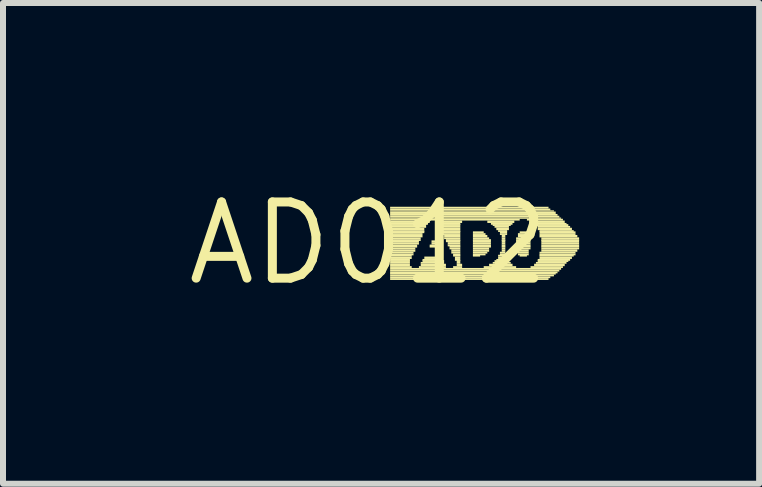
<source format=kicad_pcb>
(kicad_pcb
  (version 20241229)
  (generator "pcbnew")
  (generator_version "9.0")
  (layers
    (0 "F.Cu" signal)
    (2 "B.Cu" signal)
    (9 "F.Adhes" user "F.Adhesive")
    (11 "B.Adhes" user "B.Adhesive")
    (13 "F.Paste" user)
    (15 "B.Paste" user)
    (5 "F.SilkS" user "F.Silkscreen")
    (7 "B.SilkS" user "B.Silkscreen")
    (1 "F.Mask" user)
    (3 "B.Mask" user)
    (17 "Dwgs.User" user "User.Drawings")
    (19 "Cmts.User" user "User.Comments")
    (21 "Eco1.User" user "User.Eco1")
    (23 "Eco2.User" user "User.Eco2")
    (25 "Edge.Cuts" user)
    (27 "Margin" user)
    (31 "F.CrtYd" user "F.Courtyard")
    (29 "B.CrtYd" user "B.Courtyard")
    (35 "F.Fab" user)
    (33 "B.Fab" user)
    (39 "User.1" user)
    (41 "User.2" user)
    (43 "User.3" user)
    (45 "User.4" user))
  (footprint "AD012"
    (layer "F.Cu")
    (at 3.092 1.006)
    (property "Reference" "AD012" (at 0 0 0) (layer "F.SilkS") (effects (font (size 1.27 1.27) (thickness 0.15))))
    (fp_poly (pts (xy 0.36 -0.58) (xy 3 -0.58) (xy 3 -0.61) (xy 0.36 -0.61)) (stroke (width 0) (type default)) (fill yes) (layer "F.SilkS"))
    (fp_poly (pts (xy 0.36 -0.55) (xy 3.03 -0.55) (xy 3.03 -0.58) (xy 0.36 -0.58)) (stroke (width 0) (type default)) (fill yes) (layer "F.SilkS"))
    (fp_poly (pts (xy 0.36 -0.53) (xy 3.09 -0.53) (xy 3.09 -0.55) (xy 0.36 -0.55)) (stroke (width 0) (type default)) (fill yes) (layer "F.SilkS"))
    (fp_poly (pts (xy 0.36 -0.49) (xy 3.12 -0.49) (xy 3.12 -0.53) (xy 0.36 -0.53)) (stroke (width 0) (type default)) (fill yes) (layer "F.SilkS"))
    (fp_poly (pts (xy 0.36 -0.46) (xy 3.15 -0.46) (xy 3.15 -0.49) (xy 0.36 -0.49)) (stroke (width 0) (type default)) (fill yes) (layer "F.SilkS"))
    (fp_poly (pts (xy 0.36 -0.43) (xy 3.18 -0.43) (xy 3.18 -0.46) (xy 0.36 -0.46)) (stroke (width 0) (type default)) (fill yes) (layer "F.SilkS"))
    (fp_poly (pts (xy 0.36 -0.41) (xy 3.21 -0.41) (xy 3.21 -0.43) (xy 0.36 -0.43)) (stroke (width 0) (type default)) (fill yes) (layer "F.SilkS"))
    (fp_poly (pts (xy 0.36 -0.38) (xy 2.52 -0.38) (xy 2.52 -0.41) (xy 0.36 -0.41)) (stroke (width 0) (type default)) (fill yes) (layer "F.SilkS"))
    (fp_poly (pts (xy 0.36 -0.34) (xy 1.02 -0.34) (xy 1.02 -0.38) (xy 0.36 -0.38)) (stroke (width 0) (type default)) (fill yes) (layer "F.SilkS"))
    (fp_poly (pts (xy 0.36 -0.31) (xy 0.99 -0.31) (xy 0.99 -0.34) (xy 0.36 -0.34)) (stroke (width 0) (type default)) (fill yes) (layer "F.SilkS"))
    (fp_poly (pts (xy 0.36 -0.29) (xy 0.96 -0.29) (xy 0.96 -0.32) (xy 0.36 -0.32)) (stroke (width 0) (type default)) (fill yes) (layer "F.SilkS"))
    (fp_poly (pts (xy 0.36 -0.26) (xy 0.96 -0.26) (xy 0.96 -0.29) (xy 0.36 -0.29)) (stroke (width 0) (type default)) (fill yes) (layer "F.SilkS"))
    (fp_poly (pts (xy 0.36 -0.22) (xy 0.93 -0.22) (xy 0.93 -0.26) (xy 0.36 -0.26)) (stroke (width 0) (type default)) (fill yes) (layer "F.SilkS"))
    (fp_poly (pts (xy 0.36 -0.19) (xy 0.93 -0.19) (xy 0.93 -0.22) (xy 0.36 -0.22)) (stroke (width 0) (type default)) (fill yes) (layer "F.SilkS"))
    (fp_poly (pts (xy 0.36 -0.17) (xy 0.93 -0.17) (xy 0.93 -0.2) (xy 0.36 -0.2)) (stroke (width 0) (type default)) (fill yes) (layer "F.SilkS"))
    (fp_poly (pts (xy 0.36 -0.14) (xy 0.9 -0.14) (xy 0.9 -0.17) (xy 0.36 -0.17)) (stroke (width 0) (type default)) (fill yes) (layer "F.SilkS"))
    (fp_poly (pts (xy 0.36 -0.1) (xy 0.9 -0.1) (xy 0.9 -0.14) (xy 0.36 -0.14)) (stroke (width 0) (type default)) (fill yes) (layer "F.SilkS"))
    (fp_poly (pts (xy 0.36 -0.07) (xy 0.87 -0.07) (xy 0.87 -0.1) (xy 0.36 -0.1)) (stroke (width 0) (type default)) (fill yes) (layer "F.SilkS"))
    (fp_poly (pts (xy 0.36 -0.04) (xy 0.87 -0.04) (xy 0.87 -0.07) (xy 0.36 -0.07)) (stroke (width 0) (type default)) (fill yes) (layer "F.SilkS"))
    (fp_poly (pts (xy 0.36 -0.02) (xy 0.84 -0.02) (xy 0.84 -0.05) (xy 0.36 -0.05)) (stroke (width 0) (type default)) (fill yes) (layer "F.SilkS"))
    (fp_poly (pts (xy 0.36 0.02) (xy 0.84 0.02) (xy 0.84 -0.02) (xy 0.36 -0.02)) (stroke (width 0) (type default)) (fill yes) (layer "F.SilkS"))
    (fp_poly (pts (xy 0.36 0.05) (xy 0.81 0.05) (xy 0.81 0.02) (xy 0.36 0.02)) (stroke (width 0) (type default)) (fill yes) (layer "F.SilkS"))
    (fp_poly (pts (xy 0.36 0.07) (xy 0.81 0.07) (xy 0.81 0.04) (xy 0.36 0.04)) (stroke (width 0) (type default)) (fill yes) (layer "F.SilkS"))
    (fp_poly (pts (xy 0.36 0.1) (xy 0.78 0.1) (xy 0.78 0.07) (xy 0.36 0.07)) (stroke (width 0) (type default)) (fill yes) (layer "F.SilkS"))
    (fp_poly (pts (xy 0.36 0.14) (xy 0.78 0.14) (xy 0.78 0.1) (xy 0.36 0.1)) (stroke (width 0) (type default)) (fill yes) (layer "F.SilkS"))
    (fp_poly (pts (xy 0.36 0.17) (xy 0.75 0.17) (xy 0.75 0.14) (xy 0.36 0.14)) (stroke (width 0) (type default)) (fill yes) (layer "F.SilkS"))
    (fp_poly (pts (xy 0.36 0.2) (xy 0.75 0.2) (xy 0.75 0.17) (xy 0.36 0.17)) (stroke (width 0) (type default)) (fill yes) (layer "F.SilkS"))
    (fp_poly (pts (xy 0.36 0.22) (xy 0.72 0.22) (xy 0.72 0.19) (xy 0.36 0.19)) (stroke (width 0) (type default)) (fill yes) (layer "F.SilkS"))
    (fp_poly (pts (xy 0.36 0.26) (xy 0.72 0.26) (xy 0.72 0.22) (xy 0.36 0.22)) (stroke (width 0) (type default)) (fill yes) (layer "F.SilkS"))
    (fp_poly (pts (xy 0.36 0.29) (xy 0.69 0.29) (xy 0.69 0.26) (xy 0.36 0.26)) (stroke (width 0) (type default)) (fill yes) (layer "F.SilkS"))
    (fp_poly (pts (xy 0.36 0.31) (xy 0.69 0.31) (xy 0.69 0.28) (xy 0.36 0.28)) (stroke (width 0) (type default)) (fill yes) (layer "F.SilkS"))
    (fp_poly (pts (xy 0.36 0.34) (xy 0.69 0.34) (xy 0.69 0.31) (xy 0.36 0.31)) (stroke (width 0) (type default)) (fill yes) (layer "F.SilkS"))
    (fp_poly (pts (xy 0.36 0.38) (xy 0.69 0.38) (xy 0.69 0.34) (xy 0.36 0.34)) (stroke (width 0) (type default)) (fill yes) (layer "F.SilkS"))
    (fp_poly (pts (xy 0.36 0.41) (xy 0.72 0.41) (xy 0.72 0.38) (xy 0.36 0.38)) (stroke (width 0) (type default)) (fill yes) (layer "F.SilkS"))
    (fp_poly (pts (xy 0.36 0.44) (xy 3.21 0.44) (xy 3.21 0.41) (xy 0.36 0.41)) (stroke (width 0) (type default)) (fill yes) (layer "F.SilkS"))
    (fp_poly (pts (xy 0.36 0.47) (xy 3.18 0.47) (xy 3.18 0.44) (xy 0.36 0.44)) (stroke (width 0) (type default)) (fill yes) (layer "F.SilkS"))
    (fp_poly (pts (xy 0.36 0.5) (xy 3.15 0.5) (xy 3.15 0.47) (xy 0.36 0.47)) (stroke (width 0) (type default)) (fill yes) (layer "F.SilkS"))
    (fp_poly (pts (xy 0.36 0.52) (xy 3.12 0.52) (xy 3.12 0.49) (xy 0.36 0.49)) (stroke (width 0) (type default)) (fill yes) (layer "F.SilkS"))
    (fp_poly (pts (xy 0.36 0.55) (xy 3.09 0.55) (xy 3.09 0.52) (xy 0.36 0.52)) (stroke (width 0) (type default)) (fill yes) (layer "F.SilkS"))
    (fp_poly (pts (xy 0.36 0.58) (xy 3.03 0.58) (xy 3.03 0.55) (xy 0.36 0.55)) (stroke (width 0) (type default)) (fill yes) (layer "F.SilkS"))
    (fp_poly (pts (xy 0.36 0.61) (xy 3 0.61) (xy 3 0.58) (xy 0.36 0.58)) (stroke (width 0) (type default)) (fill yes) (layer "F.SilkS"))
    (fp_poly (pts (xy 0.84 0.41) (xy 1.29 0.41) (xy 1.29 0.38) (xy 0.84 0.38)) (stroke (width 0) (type default)) (fill yes) (layer "F.SilkS"))
    (fp_poly (pts (xy 0.87 0.34) (xy 1.26 0.34) (xy 1.26 0.31) (xy 0.87 0.31)) (stroke (width 0) (type default)) (fill yes) (layer "F.SilkS"))
    (fp_poly (pts (xy 0.87 0.38) (xy 1.29 0.38) (xy 1.29 0.34) (xy 0.87 0.34)) (stroke (width 0) (type default)) (fill yes) (layer "F.SilkS"))
    (fp_poly (pts (xy 0.9 0.29) (xy 1.23 0.29) (xy 1.23 0.26) (xy 0.9 0.26)) (stroke (width 0) (type default)) (fill yes) (layer "F.SilkS"))
    (fp_poly (pts (xy 0.9 0.31) (xy 1.26 0.31) (xy 1.26 0.28) (xy 0.9 0.28)) (stroke (width 0) (type default)) (fill yes) (layer "F.SilkS"))
    (fp_poly (pts (xy 0.93 0.26) (xy 1.23 0.26) (xy 1.23 0.22) (xy 0.93 0.22)) (stroke (width 0) (type default)) (fill yes) (layer "F.SilkS"))
    (fp_poly (pts (xy 1.02 0.05) (xy 1.11 0.05) (xy 1.11 0.02) (xy 1.02 0.02)) (stroke (width 0) (type default)) (fill yes) (layer "F.SilkS"))
    (fp_poly (pts (xy 1.02 0.07) (xy 1.14 0.07) (xy 1.14 0.04) (xy 1.02 0.04)) (stroke (width 0) (type default)) (fill yes) (layer "F.SilkS"))
    (fp_poly (pts (xy 1.05 -0.02) (xy 1.11 -0.02) (xy 1.11 -0.05) (xy 1.05 -0.05)) (stroke (width 0) (type default)) (fill yes) (layer "F.SilkS"))
    (fp_poly (pts (xy 1.05 0.02) (xy 1.11 0.02) (xy 1.11 -0.02) (xy 1.05 -0.02)) (stroke (width 0) (type default)) (fill yes) (layer "F.SilkS"))
    (fp_poly (pts (xy 1.14 -0.34) (xy 1.56 -0.34) (xy 1.56 -0.38) (xy 1.14 -0.38)) (stroke (width 0) (type default)) (fill yes) (layer "F.SilkS"))
    (fp_poly (pts (xy 1.17 -0.31) (xy 1.53 -0.31) (xy 1.53 -0.34) (xy 1.17 -0.34)) (stroke (width 0) (type default)) (fill yes) (layer "F.SilkS"))
    (fp_poly (pts (xy 1.17 -0.29) (xy 1.53 -0.29) (xy 1.53 -0.32) (xy 1.17 -0.32)) (stroke (width 0) (type default)) (fill yes) (layer "F.SilkS"))
    (fp_poly (pts (xy 1.2 -0.26) (xy 1.53 -0.26) (xy 1.53 -0.29) (xy 1.2 -0.29)) (stroke (width 0) (type default)) (fill yes) (layer "F.SilkS"))
    (fp_poly (pts (xy 1.2 -0.22) (xy 1.53 -0.22) (xy 1.53 -0.26) (xy 1.2 -0.26)) (stroke (width 0) (type default)) (fill yes) (layer "F.SilkS"))
    (fp_poly (pts (xy 1.23 -0.19) (xy 1.53 -0.19) (xy 1.53 -0.22) (xy 1.23 -0.22)) (stroke (width 0) (type default)) (fill yes) (layer "F.SilkS"))
    (fp_poly (pts (xy 1.23 -0.17) (xy 1.53 -0.17) (xy 1.53 -0.2) (xy 1.23 -0.2)) (stroke (width 0) (type default)) (fill yes) (layer "F.SilkS"))
    (fp_poly (pts (xy 1.23 -0.14) (xy 1.53 -0.14) (xy 1.53 -0.17) (xy 1.23 -0.17)) (stroke (width 0) (type default)) (fill yes) (layer "F.SilkS"))
    (fp_poly (pts (xy 1.26 -0.1) (xy 1.53 -0.1) (xy 1.53 -0.14) (xy 1.26 -0.14)) (stroke (width 0) (type default)) (fill yes) (layer "F.SilkS"))
    (fp_poly (pts (xy 1.26 -0.07) (xy 1.53 -0.07) (xy 1.53 -0.1) (xy 1.26 -0.1)) (stroke (width 0) (type default)) (fill yes) (layer "F.SilkS"))
    (fp_poly (pts (xy 1.29 -0.04) (xy 1.53 -0.04) (xy 1.53 -0.07) (xy 1.29 -0.07)) (stroke (width 0) (type default)) (fill yes) (layer "F.SilkS"))
    (fp_poly (pts (xy 1.29 -0.02) (xy 1.53 -0.02) (xy 1.53 -0.05) (xy 1.29 -0.05)) (stroke (width 0) (type default)) (fill yes) (layer "F.SilkS"))
    (fp_poly (pts (xy 1.32 0.02) (xy 1.53 0.02) (xy 1.53 -0.02) (xy 1.32 -0.02)) (stroke (width 0) (type default)) (fill yes) (layer "F.SilkS"))
    (fp_poly (pts (xy 1.32 0.05) (xy 1.53 0.05) (xy 1.53 0.02) (xy 1.32 0.02)) (stroke (width 0) (type default)) (fill yes) (layer "F.SilkS"))
    (fp_poly (pts (xy 1.35 0.07) (xy 1.53 0.07) (xy 1.53 0.04) (xy 1.35 0.04)) (stroke (width 0) (type default)) (fill yes) (layer "F.SilkS"))
    (fp_poly (pts (xy 1.35 0.1) (xy 1.53 0.1) (xy 1.53 0.07) (xy 1.35 0.07)) (stroke (width 0) (type default)) (fill yes) (layer "F.SilkS"))
    (fp_poly (pts (xy 1.38 0.14) (xy 1.53 0.14) (xy 1.53 0.1) (xy 1.38 0.1)) (stroke (width 0) (type default)) (fill yes) (layer "F.SilkS"))
    (fp_poly (pts (xy 1.38 0.17) (xy 1.53 0.17) (xy 1.53 0.14) (xy 1.38 0.14)) (stroke (width 0) (type default)) (fill yes) (layer "F.SilkS"))
    (fp_poly (pts (xy 1.41 0.2) (xy 1.53 0.2) (xy 1.53 0.17) (xy 1.41 0.17)) (stroke (width 0) (type default)) (fill yes) (layer "F.SilkS"))
    (fp_poly (pts (xy 1.41 0.22) (xy 1.53 0.22) (xy 1.53 0.19) (xy 1.41 0.19)) (stroke (width 0) (type default)) (fill yes) (layer "F.SilkS"))
    (fp_poly (pts (xy 1.41 0.41) (xy 1.56 0.41) (xy 1.56 0.38) (xy 1.41 0.38)) (stroke (width 0) (type default)) (fill yes) (layer "F.SilkS"))
    (fp_poly (pts (xy 1.44 0.26) (xy 1.53 0.26) (xy 1.53 0.22) (xy 1.44 0.22)) (stroke (width 0) (type default)) (fill yes) (layer "F.SilkS"))
    (fp_poly (pts (xy 1.44 0.29) (xy 1.53 0.29) (xy 1.53 0.26) (xy 1.44 0.26)) (stroke (width 0) (type default)) (fill yes) (layer "F.SilkS"))
    (fp_poly (pts (xy 1.47 0.31) (xy 1.53 0.31) (xy 1.53 0.28) (xy 1.47 0.28)) (stroke (width 0) (type default)) (fill yes) (layer "F.SilkS"))
    (fp_poly (pts (xy 1.47 0.34) (xy 1.53 0.34) (xy 1.53 0.31) (xy 1.47 0.31)) (stroke (width 0) (type default)) (fill yes) (layer "F.SilkS"))
    (fp_poly (pts (xy 1.47 0.38) (xy 1.56 0.38) (xy 1.56 0.34) (xy 1.47 0.34)) (stroke (width 0) (type default)) (fill yes) (layer "F.SilkS"))
    (fp_poly (pts (xy 1.74 -0.17) (xy 1.92 -0.17) (xy 1.92 -0.2) (xy 1.74 -0.2)) (stroke (width 0) (type default)) (fill yes) (layer "F.SilkS"))
    (fp_poly (pts (xy 1.74 -0.14) (xy 1.95 -0.14) (xy 1.95 -0.17) (xy 1.74 -0.17)) (stroke (width 0) (type default)) (fill yes) (layer "F.SilkS"))
    (fp_poly (pts (xy 1.74 -0.1) (xy 1.98 -0.1) (xy 1.98 -0.14) (xy 1.74 -0.14)) (stroke (width 0) (type default)) (fill yes) (layer "F.SilkS"))
    (fp_poly (pts (xy 1.74 -0.07) (xy 2.01 -0.07) (xy 2.01 -0.1) (xy 1.74 -0.1)) (stroke (width 0) (type default)) (fill yes) (layer "F.SilkS"))
    (fp_poly (pts (xy 1.74 -0.04) (xy 2.04 -0.04) (xy 2.04 -0.07) (xy 1.74 -0.07)) (stroke (width 0) (type default)) (fill yes) (layer "F.SilkS"))
    (fp_poly (pts (xy 1.74 -0.02) (xy 2.04 -0.02) (xy 2.04 -0.05) (xy 1.74 -0.05)) (stroke (width 0) (type default)) (fill yes) (layer "F.SilkS"))
    (fp_poly (pts (xy 1.74 0.02) (xy 2.04 0.02) (xy 2.04 -0.02) (xy 1.74 -0.02)) (stroke (width 0) (type default)) (fill yes) (layer "F.SilkS"))
    (fp_poly (pts (xy 1.74 0.05) (xy 2.04 0.05) (xy 2.04 0.02) (xy 1.74 0.02)) (stroke (width 0) (type default)) (fill yes) (layer "F.SilkS"))
    (fp_poly (pts (xy 1.74 0.07) (xy 2.04 0.07) (xy 2.04 0.04) (xy 1.74 0.04)) (stroke (width 0) (type default)) (fill yes) (layer "F.SilkS"))
    (fp_poly (pts (xy 1.74 0.1) (xy 2.01 0.1) (xy 2.01 0.07) (xy 1.74 0.07)) (stroke (width 0) (type default)) (fill yes) (layer "F.SilkS"))
    (fp_poly (pts (xy 1.74 0.14) (xy 2.01 0.14) (xy 2.01 0.1) (xy 1.74 0.1)) (stroke (width 0) (type default)) (fill yes) (layer "F.SilkS"))
    (fp_poly (pts (xy 1.74 0.17) (xy 1.98 0.17) (xy 1.98 0.14) (xy 1.74 0.14)) (stroke (width 0) (type default)) (fill yes) (layer "F.SilkS"))
    (fp_poly (pts (xy 1.74 0.2) (xy 1.95 0.2) (xy 1.95 0.17) (xy 1.74 0.17)) (stroke (width 0) (type default)) (fill yes) (layer "F.SilkS"))
    (fp_poly (pts (xy 1.74 0.22) (xy 1.86 0.22) (xy 1.86 0.19) (xy 1.74 0.19)) (stroke (width 0) (type default)) (fill yes) (layer "F.SilkS"))
    (fp_poly (pts (xy 1.92 0.41) (xy 2.46 0.41) (xy 2.46 0.38) (xy 1.92 0.38)) (stroke (width 0) (type default)) (fill yes) (layer "F.SilkS"))
    (fp_poly (pts (xy 1.98 -0.34) (xy 2.43 -0.34) (xy 2.43 -0.38) (xy 1.98 -0.38)) (stroke (width 0) (type default)) (fill yes) (layer "F.SilkS"))
    (fp_poly (pts (xy 2.01 0.38) (xy 2.4 0.38) (xy 2.4 0.34) (xy 2.01 0.34)) (stroke (width 0) (type default)) (fill yes) (layer "F.SilkS"))
    (fp_poly (pts (xy 2.04 -0.31) (xy 2.4 -0.31) (xy 2.4 -0.34) (xy 2.04 -0.34)) (stroke (width 0) (type default)) (fill yes) (layer "F.SilkS"))
    (fp_poly (pts (xy 2.07 -0.29) (xy 2.37 -0.29) (xy 2.37 -0.32) (xy 2.07 -0.32)) (stroke (width 0) (type default)) (fill yes) (layer "F.SilkS"))
    (fp_poly (pts (xy 2.07 0.34) (xy 2.37 0.34) (xy 2.37 0.31) (xy 2.07 0.31)) (stroke (width 0) (type default)) (fill yes) (layer "F.SilkS"))
    (fp_poly (pts (xy 2.1 -0.26) (xy 2.34 -0.26) (xy 2.34 -0.29) (xy 2.1 -0.29)) (stroke (width 0) (type default)) (fill yes) (layer "F.SilkS"))
    (fp_poly (pts (xy 2.1 0.31) (xy 2.34 0.31) (xy 2.34 0.28) (xy 2.1 0.28)) (stroke (width 0) (type default)) (fill yes) (layer "F.SilkS"))
    (fp_poly (pts (xy 2.13 -0.22) (xy 2.34 -0.22) (xy 2.34 -0.26) (xy 2.13 -0.26)) (stroke (width 0) (type default)) (fill yes) (layer "F.SilkS"))
    (fp_poly (pts (xy 2.13 0.29) (xy 2.34 0.29) (xy 2.34 0.26) (xy 2.13 0.26)) (stroke (width 0) (type default)) (fill yes) (layer "F.SilkS"))
    (fp_poly (pts (xy 2.16 -0.19) (xy 2.31 -0.19) (xy 2.31 -0.22) (xy 2.16 -0.22)) (stroke (width 0) (type default)) (fill yes) (layer "F.SilkS"))
    (fp_poly (pts (xy 2.16 0.22) (xy 2.31 0.22) (xy 2.31 0.19) (xy 2.16 0.19)) (stroke (width 0) (type default)) (fill yes) (layer "F.SilkS"))
    (fp_poly (pts (xy 2.16 0.26) (xy 2.31 0.26) (xy 2.31 0.22) (xy 2.16 0.22)) (stroke (width 0) (type default)) (fill yes) (layer "F.SilkS"))
    (fp_poly (pts (xy 2.19 -0.17) (xy 2.31 -0.17) (xy 2.31 -0.2) (xy 2.19 -0.2)) (stroke (width 0) (type default)) (fill yes) (layer "F.SilkS"))
    (fp_poly (pts (xy 2.19 -0.14) (xy 2.31 -0.14) (xy 2.31 -0.17) (xy 2.19 -0.17)) (stroke (width 0) (type default)) (fill yes) (layer "F.SilkS"))
    (fp_poly (pts (xy 2.19 0.17) (xy 2.28 0.17) (xy 2.28 0.14) (xy 2.19 0.14)) (stroke (width 0) (type default)) (fill yes) (layer "F.SilkS"))
    (fp_poly (pts (xy 2.19 0.2) (xy 2.31 0.2) (xy 2.31 0.17) (xy 2.19 0.17)) (stroke (width 0) (type default)) (fill yes) (layer "F.SilkS"))
    (fp_poly (pts (xy 2.22 -0.1) (xy 2.28 -0.1) (xy 2.28 -0.14) (xy 2.22 -0.14)) (stroke (width 0) (type default)) (fill yes) (layer "F.SilkS"))
    (fp_poly (pts (xy 2.22 -0.07) (xy 2.28 -0.07) (xy 2.28 -0.1) (xy 2.22 -0.1)) (stroke (width 0) (type default)) (fill yes) (layer "F.SilkS"))
    (fp_poly (pts (xy 2.22 -0.04) (xy 2.28 -0.04) (xy 2.28 -0.07) (xy 2.22 -0.07)) (stroke (width 0) (type default)) (fill yes) (layer "F.SilkS"))
    (fp_poly (pts (xy 2.22 -0.02) (xy 2.28 -0.02) (xy 2.28 -0.05) (xy 2.22 -0.05)) (stroke (width 0) (type default)) (fill yes) (layer "F.SilkS"))
    (fp_poly (pts (xy 2.22 0.02) (xy 2.28 0.02) (xy 2.28 -0.02) (xy 2.22 -0.02)) (stroke (width 0) (type default)) (fill yes) (layer "F.SilkS"))
    (fp_poly (pts (xy 2.22 0.05) (xy 2.28 0.05) (xy 2.28 0.02) (xy 2.22 0.02)) (stroke (width 0) (type default)) (fill yes) (layer "F.SilkS"))
    (fp_poly (pts (xy 2.22 0.07) (xy 2.28 0.07) (xy 2.28 0.04) (xy 2.22 0.04)) (stroke (width 0) (type default)) (fill yes) (layer "F.SilkS"))
    (fp_poly (pts (xy 2.22 0.1) (xy 2.28 0.1) (xy 2.28 0.07) (xy 2.22 0.07)) (stroke (width 0) (type default)) (fill yes) (layer "F.SilkS"))
    (fp_poly (pts (xy 2.22 0.14) (xy 2.28 0.14) (xy 2.28 0.1) (xy 2.22 0.1)) (stroke (width 0) (type default)) (fill yes) (layer "F.SilkS"))
    (fp_poly (pts (xy 2.46 -0.07) (xy 2.67 -0.07) (xy 2.67 -0.1) (xy 2.46 -0.1)) (stroke (width 0) (type default)) (fill yes) (layer "F.SilkS"))
    (fp_poly (pts (xy 2.46 -0.04) (xy 2.7 -0.04) (xy 2.7 -0.07) (xy 2.46 -0.07)) (stroke (width 0) (type default)) (fill yes) (layer "F.SilkS"))
    (fp_poly (pts (xy 2.46 -0.02) (xy 2.7 -0.02) (xy 2.7 -0.05) (xy 2.46 -0.05)) (stroke (width 0) (type default)) (fill yes) (layer "F.SilkS"))
    (fp_poly (pts (xy 2.46 0.02) (xy 2.7 0.02) (xy 2.7 -0.02) (xy 2.46 -0.02)) (stroke (width 0) (type default)) (fill yes) (layer "F.SilkS"))
    (fp_poly (pts (xy 2.46 0.05) (xy 2.7 0.05) (xy 2.7 0.02) (xy 2.46 0.02)) (stroke (width 0) (type default)) (fill yes) (layer "F.SilkS"))
    (fp_poly (pts (xy 2.46 0.07) (xy 2.7 0.07) (xy 2.7 0.04) (xy 2.46 0.04)) (stroke (width 0) (type default)) (fill yes) (layer "F.SilkS"))
    (fp_poly (pts (xy 2.46 0.1) (xy 2.7 0.1) (xy 2.7 0.07) (xy 2.46 0.07)) (stroke (width 0) (type default)) (fill yes) (layer "F.SilkS"))
    (fp_poly (pts (xy 2.46 0.14) (xy 2.67 0.14) (xy 2.67 0.1) (xy 2.46 0.1)) (stroke (width 0) (type default)) (fill yes) (layer "F.SilkS"))
    (fp_poly (pts (xy 2.49 -0.14) (xy 2.67 -0.14) (xy 2.67 -0.17) (xy 2.49 -0.17)) (stroke (width 0) (type default)) (fill yes) (layer "F.SilkS"))
    (fp_poly (pts (xy 2.49 -0.1) (xy 2.67 -0.1) (xy 2.67 -0.14) (xy 2.49 -0.14)) (stroke (width 0) (type default)) (fill yes) (layer "F.SilkS"))
    (fp_poly (pts (xy 2.49 0.17) (xy 2.67 0.17) (xy 2.67 0.14) (xy 2.49 0.14)) (stroke (width 0) (type default)) (fill yes) (layer "F.SilkS"))
    (fp_poly (pts (xy 2.49 0.2) (xy 2.67 0.2) (xy 2.67 0.17) (xy 2.49 0.17)) (stroke (width 0) (type default)) (fill yes) (layer "F.SilkS"))
    (fp_poly (pts (xy 2.52 -0.17) (xy 2.64 -0.17) (xy 2.64 -0.2) (xy 2.52 -0.2)) (stroke (width 0) (type default)) (fill yes) (layer "F.SilkS"))
    (fp_poly (pts (xy 2.52 0.22) (xy 2.64 0.22) (xy 2.64 0.19) (xy 2.52 0.19)) (stroke (width 0) (type default)) (fill yes) (layer "F.SilkS"))
    (fp_poly (pts (xy 2.64 -0.38) (xy 3.24 -0.38) (xy 3.24 -0.41) (xy 2.64 -0.41)) (stroke (width 0) (type default)) (fill yes) (layer "F.SilkS"))
    (fp_poly (pts (xy 2.7 0.41) (xy 3.24 0.41) (xy 3.24 0.38) (xy 2.7 0.38)) (stroke (width 0) (type default)) (fill yes) (layer "F.SilkS"))
    (fp_poly (pts (xy 2.73 -0.34) (xy 3.27 -0.34) (xy 3.27 -0.38) (xy 2.73 -0.38)) (stroke (width 0) (type default)) (fill yes) (layer "F.SilkS"))
    (fp_poly (pts (xy 2.76 -0.31) (xy 3.3 -0.31) (xy 3.3 -0.34) (xy 2.76 -0.34)) (stroke (width 0) (type default)) (fill yes) (layer "F.SilkS"))
    (fp_poly (pts (xy 2.76 0.38) (xy 3.27 0.38) (xy 3.27 0.34) (xy 2.76 0.34)) (stroke (width 0) (type default)) (fill yes) (layer "F.SilkS"))
    (fp_poly (pts (xy 2.79 -0.29) (xy 3.33 -0.29) (xy 3.33 -0.32) (xy 2.79 -0.32)) (stroke (width 0) (type default)) (fill yes) (layer "F.SilkS"))
    (fp_poly (pts (xy 2.79 0.34) (xy 3.3 0.34) (xy 3.3 0.31) (xy 2.79 0.31)) (stroke (width 0) (type default)) (fill yes) (layer "F.SilkS"))
    (fp_poly (pts (xy 2.82 -0.26) (xy 3.36 -0.26) (xy 3.36 -0.29) (xy 2.82 -0.29)) (stroke (width 0) (type default)) (fill yes) (layer "F.SilkS"))
    (fp_poly (pts (xy 2.82 -0.22) (xy 3.39 -0.22) (xy 3.39 -0.26) (xy 2.82 -0.26)) (stroke (width 0) (type default)) (fill yes) (layer "F.SilkS"))
    (fp_poly (pts (xy 2.82 0.29) (xy 3.36 0.29) (xy 3.36 0.26) (xy 2.82 0.26)) (stroke (width 0) (type default)) (fill yes) (layer "F.SilkS"))
    (fp_poly (pts (xy 2.82 0.31) (xy 3.33 0.31) (xy 3.33 0.28) (xy 2.82 0.28)) (stroke (width 0) (type default)) (fill yes) (layer "F.SilkS"))
    (fp_poly (pts (xy 2.85 -0.19) (xy 3.42 -0.19) (xy 3.42 -0.22) (xy 2.85 -0.22)) (stroke (width 0) (type default)) (fill yes) (layer "F.SilkS"))
    (fp_poly (pts (xy 2.85 -0.17) (xy 3.45 -0.17) (xy 3.45 -0.2) (xy 2.85 -0.2)) (stroke (width 0) (type default)) (fill yes) (layer "F.SilkS"))
    (fp_poly (pts (xy 2.85 -0.14) (xy 3.45 -0.14) (xy 3.45 -0.17) (xy 2.85 -0.17)) (stroke (width 0) (type default)) (fill yes) (layer "F.SilkS"))
    (fp_poly (pts (xy 2.85 -0.1) (xy 3.48 -0.1) (xy 3.48 -0.14) (xy 2.85 -0.14)) (stroke (width 0) (type default)) (fill yes) (layer "F.SilkS"))
    (fp_poly (pts (xy 2.85 0.17) (xy 3.45 0.17) (xy 3.45 0.14) (xy 2.85 0.14)) (stroke (width 0) (type default)) (fill yes) (layer "F.SilkS"))
    (fp_poly (pts (xy 2.85 0.2) (xy 3.45 0.2) (xy 3.45 0.17) (xy 2.85 0.17)) (stroke (width 0) (type default)) (fill yes) (layer "F.SilkS"))
    (fp_poly (pts (xy 2.85 0.22) (xy 3.42 0.22) (xy 3.42 0.19) (xy 2.85 0.19)) (stroke (width 0) (type default)) (fill yes) (layer "F.SilkS"))
    (fp_poly (pts (xy 2.85 0.26) (xy 3.39 0.26) (xy 3.39 0.22) (xy 2.85 0.22)) (stroke (width 0) (type default)) (fill yes) (layer "F.SilkS"))
    (fp_poly (pts (xy 2.88 -0.07) (xy 3.51 -0.07) (xy 3.51 -0.1) (xy 2.88 -0.1)) (stroke (width 0) (type default)) (fill yes) (layer "F.SilkS"))
    (fp_poly (pts (xy 2.88 -0.04) (xy 3.51 -0.04) (xy 3.51 -0.07) (xy 2.88 -0.07)) (stroke (width 0) (type default)) (fill yes) (layer "F.SilkS"))
    (fp_poly (pts (xy 2.88 -0.02) (xy 3.51 -0.02) (xy 3.51 -0.05) (xy 2.88 -0.05)) (stroke (width 0) (type default)) (fill yes) (layer "F.SilkS"))
    (fp_poly (pts (xy 2.88 0.02) (xy 3.51 0.02) (xy 3.51 -0.02) (xy 2.88 -0.02)) (stroke (width 0) (type default)) (fill yes) (layer "F.SilkS"))
    (fp_poly (pts (xy 2.88 0.05) (xy 3.51 0.05) (xy 3.51 0.02) (xy 2.88 0.02)) (stroke (width 0) (type default)) (fill yes) (layer "F.SilkS"))
    (fp_poly (pts (xy 2.88 0.07) (xy 3.51 0.07) (xy 3.51 0.04) (xy 2.88 0.04)) (stroke (width 0) (type default)) (fill yes) (layer "F.SilkS"))
    (fp_poly (pts (xy 2.88 0.1) (xy 3.51 0.1) (xy 3.51 0.07) (xy 2.88 0.07)) (stroke (width 0) (type default)) (fill yes) (layer "F.SilkS"))
    (fp_poly (pts (xy 2.88 0.14) (xy 3.48 0.14) (xy 3.48 0.1) (xy 2.88 0.1)) (stroke (width 0) (type default)) (fill yes) (layer "F.SilkS")))
  (gr_rect
    (start -3 -3)
    (end 9.602 5.012)
    (stroke (width 0.1) (type default))
    (fill no)
    (layer "Edge.Cuts")))
</source>
